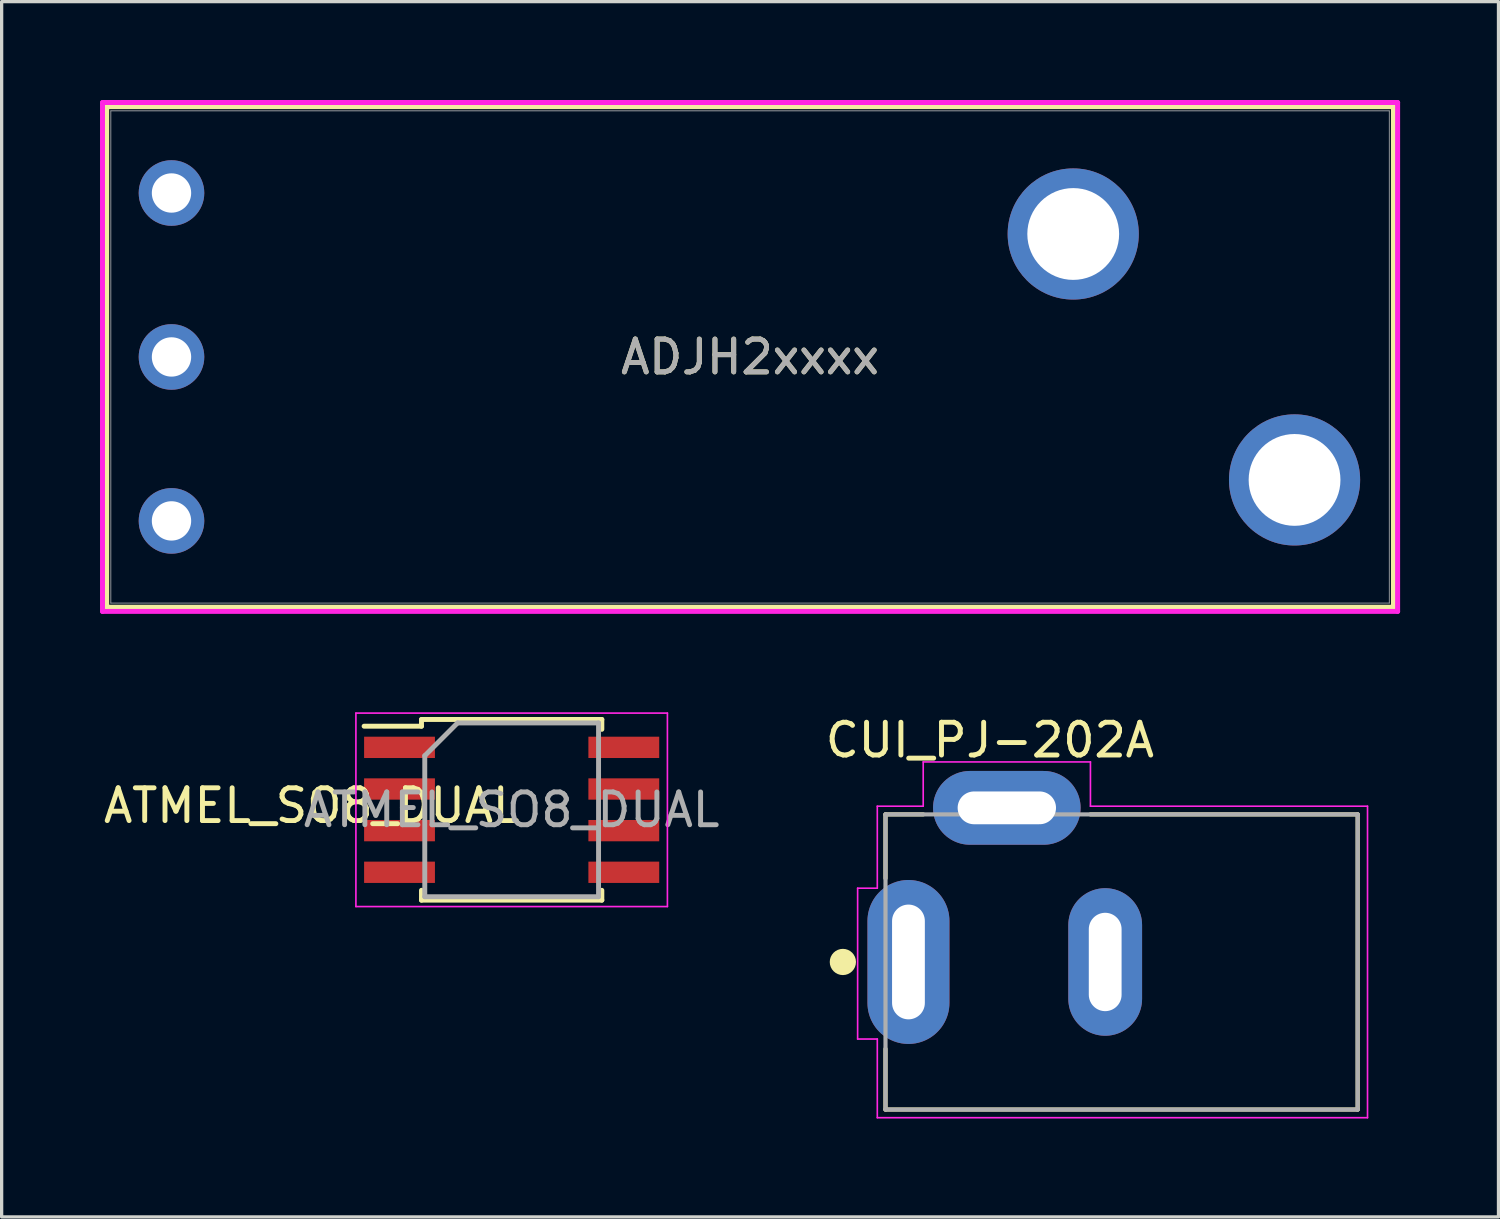
<source format=kicad_pcb>
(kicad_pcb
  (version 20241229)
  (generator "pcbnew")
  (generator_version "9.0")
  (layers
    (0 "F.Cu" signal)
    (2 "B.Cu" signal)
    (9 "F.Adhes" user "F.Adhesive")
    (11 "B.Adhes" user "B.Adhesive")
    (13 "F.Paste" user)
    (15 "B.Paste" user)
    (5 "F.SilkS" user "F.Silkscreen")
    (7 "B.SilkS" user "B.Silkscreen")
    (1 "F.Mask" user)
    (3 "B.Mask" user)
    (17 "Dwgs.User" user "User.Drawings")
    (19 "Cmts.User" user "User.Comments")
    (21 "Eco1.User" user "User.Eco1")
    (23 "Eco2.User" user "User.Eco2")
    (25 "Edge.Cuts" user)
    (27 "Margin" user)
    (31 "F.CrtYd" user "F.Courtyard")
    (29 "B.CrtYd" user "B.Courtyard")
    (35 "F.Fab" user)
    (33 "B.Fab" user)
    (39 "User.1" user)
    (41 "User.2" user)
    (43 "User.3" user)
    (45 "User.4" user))
  (footprint "ADJH2xxxx"
    (layer "F.Cu")
    (at 2.18 2.836)
    (property "Reference" "ADJH2xxxx" (at 17.645 5 0) (unlocked yes) (layer "F.SilkS") (effects (font (size 1 1) (thickness 0.15))))
    (attr through_hole)
    (fp_line (start -1.977 -2.633) (end -1.977 12.633) (stroke (width 0.152) (type solid)) (layer "F.SilkS"))
    (fp_line (start -1.977 12.633) (end 37.266 12.633) (stroke (width 0.152) (type solid)) (layer "F.SilkS"))
    (fp_line (start 37.266 -2.633) (end -1.977 -2.633) (stroke (width 0.152) (type solid)) (layer "F.SilkS"))
    (fp_line (start 37.266 12.633) (end 37.266 -2.633) (stroke (width 0.152) (type solid)) (layer "F.SilkS"))
    (fp_line (start -2.104 -2.76) (end -2.104 12.76) (stroke (width 0.152) (type solid)) (layer "F.CrtYd"))
    (fp_line (start -2.104 12.76) (end 37.393 12.76) (stroke (width 0.152) (type solid)) (layer "F.CrtYd"))
    (fp_line (start 37.393 -2.76) (end -2.104 -2.76) (stroke (width 0.152) (type solid)) (layer "F.CrtYd"))
    (fp_line (start 37.393 12.76) (end 37.393 -2.76) (stroke (width 0.152) (type solid)) (layer "F.CrtYd"))
    (fp_line (start -1.85 -2.506) (end -1.85 12.506) (stroke (width 0.025) (type solid)) (layer "F.Fab"))
    (fp_line (start -1.85 12.506) (end 37.139 12.506) (stroke (width 0.025) (type solid)) (layer "F.Fab"))
    (fp_line (start 37.139 -2.506) (end -1.85 -2.506) (stroke (width 0.025) (type solid)) (layer "F.Fab"))
    (fp_line (start 37.139 12.506) (end 37.139 -2.506) (stroke (width 0.025) (type solid)) (layer "F.Fab"))
    (fp_text user "${REFERENCE}" (at 17.645 5 0) (unlocked yes) (layer "F.Fab") (effects (font (size 1 1) (thickness 0.15))))
    (pad "1" thru_hole circle (at 0 10 180) (size 2 2) (drill 1.2) (layers "*.Cu" "*.Mask"))
    (pad "2" thru_hole circle (at 0 0 180) (size 2 2) (drill 1.2) (layers "*.Cu" "*.Mask"))
    (pad "3" thru_hole circle (at 27.5 1.25 180) (size 4 4) (drill 2.8) (layers "*.Cu" "*.Mask"))
    (pad "4" thru_hole circle (at 34.25 8.75 180) (size 4 4) (drill 2.8) (layers "*.Cu" "*.Mask"))
    (pad "5" thru_hole circle (at 0 5 180) (size 2 2) (drill 1.2) (layers "*.Cu" "*.Mask")))
  (footprint "ATMEL_SO8_DUAL"
    (layer "F.Cu")
    (at 12.554 21.647)
    (property "Reference" "ATMEL_SO8_DUAL" (at -6.096 -0.127 180) (layer "F.SilkS") (effects (font (size 1 1) (thickness 0.15))))
    (attr smd)
    (fp_line (start -2.75 -2.755) (end -2.75 -2.55) (stroke (width 0.15) (type solid)) (layer "F.SilkS"))
    (fp_line (start -2.75 -2.755) (end 2.75 -2.755) (stroke (width 0.15) (type solid)) (layer "F.SilkS"))
    (fp_line (start -2.75 -2.55) (end -4.5 -2.55) (stroke (width 0.15) (type solid)) (layer "F.SilkS"))
    (fp_line (start -2.75 2.755) (end -2.75 2.455) (stroke (width 0.15) (type solid)) (layer "F.SilkS"))
    (fp_line (start -2.75 2.755) (end 2.75 2.755) (stroke (width 0.15) (type solid)) (layer "F.SilkS"))
    (fp_line (start 2.75 -2.755) (end 2.75 -2.455) (stroke (width 0.15) (type solid)) (layer "F.SilkS"))
    (fp_line (start 2.75 2.755) (end 2.75 2.455) (stroke (width 0.15) (type solid)) (layer "F.SilkS"))
    (fp_line (start -4.75 -2.95) (end -4.75 2.95) (stroke (width 0.05) (type solid)) (layer "F.CrtYd"))
    (fp_line (start -4.75 -2.95) (end 4.75 -2.95) (stroke (width 0.05) (type solid)) (layer "F.CrtYd"))
    (fp_line (start -4.75 2.95) (end 4.75 2.95) (stroke (width 0.05) (type solid)) (layer "F.CrtYd"))
    (fp_line (start 4.75 -2.95) (end 4.75 2.95) (stroke (width 0.05) (type solid)) (layer "F.CrtYd"))
    (fp_line (start -2.65 -1.65) (end -1.65 -2.65) (stroke (width 0.15) (type solid)) (layer "F.Fab"))
    (fp_line (start -2.65 2.65) (end -2.65 -1.65) (stroke (width 0.15) (type solid)) (layer "F.Fab"))
    (fp_line (start -1.65 -2.65) (end 2.65 -2.65) (stroke (width 0.15) (type solid)) (layer "F.Fab"))
    (fp_line (start 2.65 -2.65) (end 2.65 2.65) (stroke (width 0.15) (type solid)) (layer "F.Fab"))
    (fp_line (start 2.65 2.65) (end -2.65 2.65) (stroke (width 0.15) (type solid)) (layer "F.Fab"))
    (fp_text user "${REFERENCE}" (at 0 0 180) (layer "F.Fab") (effects (font (size 1 1) (thickness 0.15))))
    (pad "1" smd rect (at -3.42 -1.905) (size 2.16 0.65) (layers "F.Cu" "F.Mask" "F.Paste"))
    (pad "2" smd rect (at -3.42 -0.635) (size 2.16 0.65) (layers "F.Cu" "F.Mask" "F.Paste"))
    (pad "3" smd rect (at -3.42 0.635) (size 2.16 0.65) (layers "F.Cu" "F.Mask" "F.Paste"))
    (pad "4" smd rect (at -3.42 1.905) (size 2.16 0.65) (layers "F.Cu" "F.Mask" "F.Paste"))
    (pad "5" smd rect (at 3.42 1.905) (size 2.16 0.65) (layers "F.Cu" "F.Mask" "F.Paste"))
    (pad "6" smd rect (at 3.42 0.635) (size 2.16 0.65) (layers "F.Cu" "F.Mask" "F.Paste"))
    (pad "7" smd rect (at 3.42 -0.635) (size 2.16 0.65) (layers "F.Cu" "F.Mask" "F.Paste"))
    (pad "8" smd rect (at 3.42 -1.905) (size 2.16 0.65) (layers "F.Cu" "F.Mask" "F.Paste")))
  (footprint "CUI_PJ-202A"
    (layer "F.Cu")
    (at 31.155 26.287)
    (property "Reference" "CUI_PJ-202A" (at -4.016 -6.766 0) (layer "F.SilkS") (effects (font (size 1 1) (thickness 0.15))))
    (attr through_hole)
    (fp_line (start -7.2 -4.5) (end -6.05 -4.5) (stroke (width 0.127) (type solid)) (layer "F.SilkS"))
    (fp_line (start -7.2 -2.55) (end -7.2 -4.5) (stroke (width 0.127) (type solid)) (layer "F.SilkS"))
    (fp_line (start -7.2 4.5) (end -7.2 2.65) (stroke (width 0.127) (type solid)) (layer "F.SilkS"))
    (fp_line (start -0.95 -4.5) (end 7.2 -4.5) (stroke (width 0.127) (type solid)) (layer "F.SilkS"))
    (fp_line (start 7.2 -4.5) (end 7.2 4.5) (stroke (width 0.127) (type solid)) (layer "F.SilkS"))
    (fp_line (start 7.2 4.5) (end -7.2 4.5) (stroke (width 0.127) (type solid)) (layer "F.SilkS"))
    (fp_circle (center -8.5 0) (end -8.3 0) (stroke (width 0.4) (type solid)) (fill no) (layer "F.SilkS"))
    (fp_line (start -8.05 -2.25) (end -8.05 2.35) (stroke (width 0.05) (type solid)) (layer "F.CrtYd"))
    (fp_line (start -8.05 2.35) (end -7.45 2.35) (stroke (width 0.05) (type solid)) (layer "F.CrtYd"))
    (fp_line (start -7.45 -4.75) (end -6.05 -4.75) (stroke (width 0.05) (type solid)) (layer "F.CrtYd"))
    (fp_line (start -7.45 -2.25) (end -8.05 -2.25) (stroke (width 0.05) (type solid)) (layer "F.CrtYd"))
    (fp_line (start -7.45 -2.25) (end -7.45 -4.75) (stroke (width 0.05) (type solid)) (layer "F.CrtYd"))
    (fp_line (start -7.45 4.75) (end -7.45 2.35) (stroke (width 0.05) (type solid)) (layer "F.CrtYd"))
    (fp_line (start -6.05 -6.1) (end -0.95 -6.1) (stroke (width 0.05) (type solid)) (layer "F.CrtYd"))
    (fp_line (start -6.05 -4.75) (end -6.05 -6.1) (stroke (width 0.05) (type solid)) (layer "F.CrtYd"))
    (fp_line (start -0.95 -6.1) (end -0.95 -4.75) (stroke (width 0.05) (type solid)) (layer "F.CrtYd"))
    (fp_line (start -0.95 -4.75) (end 7.5 -4.75) (stroke (width 0.05) (type solid)) (layer "F.CrtYd"))
    (fp_line (start 7.5 -4.75) (end 7.5 4.75) (stroke (width 0.05) (type solid)) (layer "F.CrtYd"))
    (fp_line (start 7.5 4.75) (end -7.45 4.75) (stroke (width 0.05) (type solid)) (layer "F.CrtYd"))
    (fp_line (start -7.2 -4.5) (end 7.2 -4.5) (stroke (width 0.127) (type solid)) (layer "F.Fab"))
    (fp_line (start -7.2 4.5) (end -7.2 -4.5) (stroke (width 0.127) (type solid)) (layer "F.Fab"))
    (fp_line (start 7.2 -4.5) (end 7.2 4.5) (stroke (width 0.127) (type solid)) (layer "F.Fab"))
    (fp_line (start 7.2 4.5) (end -7.2 4.5) (stroke (width 0.127) (type solid)) (layer "F.Fab"))
    (pad "1" thru_hole oval (at -6.5 0) (size 2.5 5) (drill oval 1 3.5) (layers "*.Cu" "*.Mask"))
    (pad "2" thru_hole oval (at -0.5 0) (size 2.25 4.5) (drill oval 1 3) (layers "*.Cu" "*.Mask"))
    (pad "3" thru_hole oval (at -3.5 -4.7) (size 4.5 2.25) (drill oval 3 1) (layers "*.Cu" "*.Mask")))
  (gr_rect
    (start -3 -3)
    (end 42.649 34.062)
    (stroke (width 0.1) (type default))
    (fill no)
    (layer "Edge.Cuts")))
</source>
